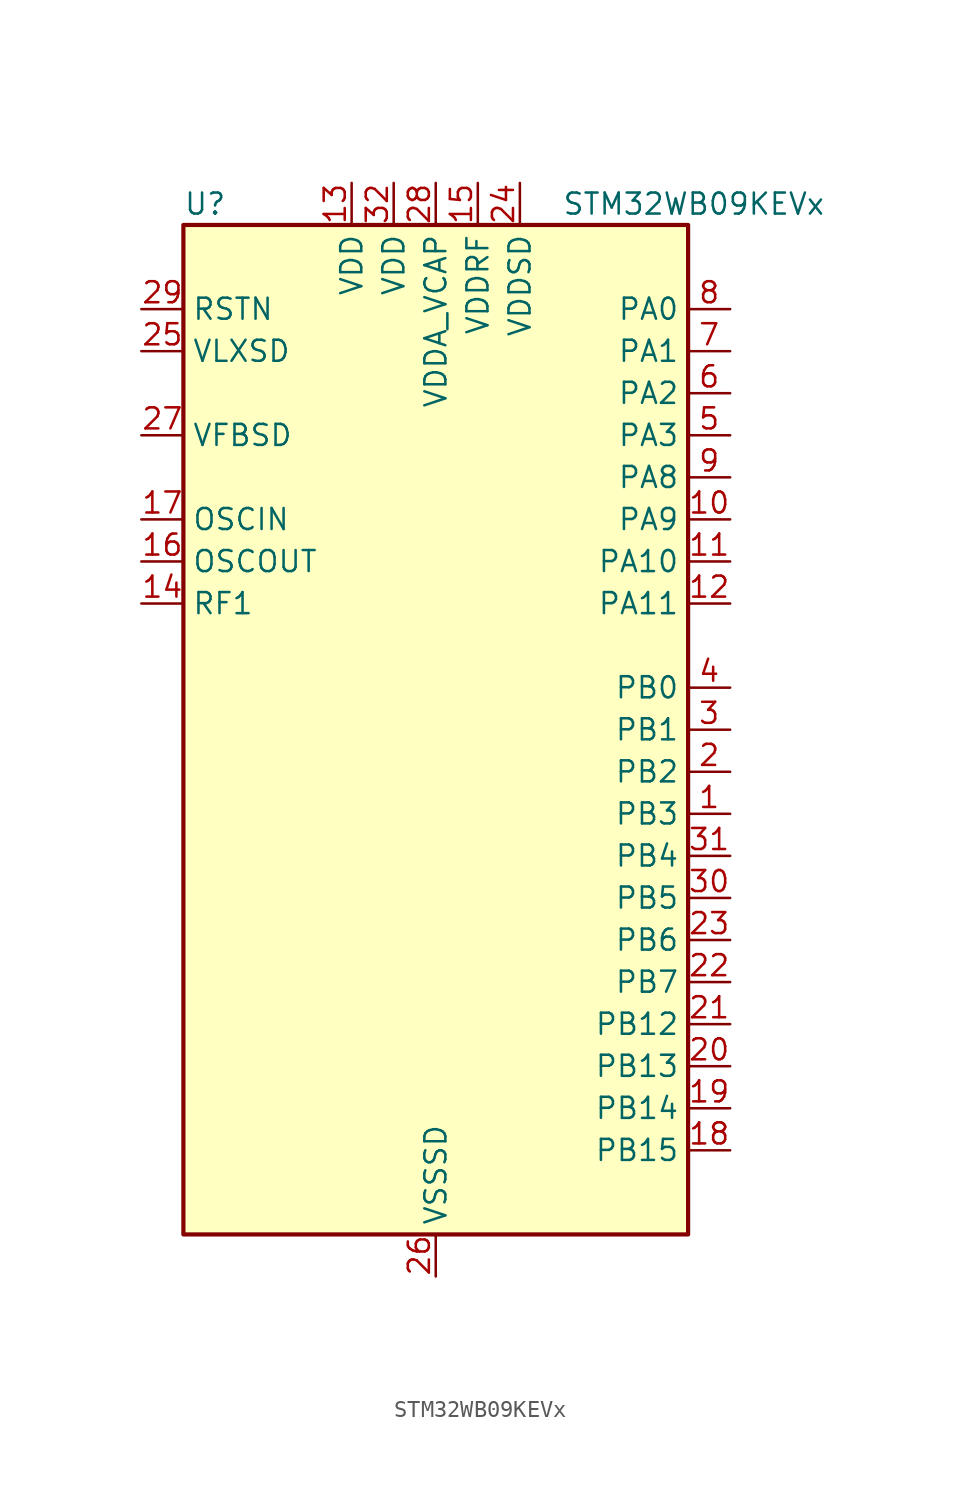
<source format=kicad_sym>
(kicad_symbol_lib
  (version 20241209)
  (generator "kicad_symbol_editor")
  (generator_version "9.0")
  (symbol "STM32WB09KEVx"
    (property "Reference" "U"
      (at -15.24 31.75 0)
      (effects (font (size 1.27 1.27)) (justify left)))
    (property "Value" "STM32WB09KEVx"
      (at 7.62 31.75 0)
      (effects (font (size 1.27 1.27)) (justify left)))
    (symbol "STM32WB09KEVx_0_1"
      (rectangle (start -15.24 -30.48) (end 15.24 30.48) (stroke (width 0.254) (type default)) (fill (type background))))
    (symbol "STM32WB09KEVx_1_1"
      (pin power_in line (at -17.78 25.4 0) (length 2.54) (name "RSTN" (effects (font (size 1.27 1.27)))) (number "29" (effects (font (size 1.27 1.27)))))
      (pin power_in line (at -17.78 22.86 0) (length 2.54) (name "VLXSD" (effects (font (size 1.27 1.27)))) (number "25" (effects (font (size 1.27 1.27)))))
      (pin input line (at -17.78 17.78 0) (length 2.54) (name "VFBSD" (effects (font (size 1.27 1.27)))) (number "27" (effects (font (size 1.27 1.27)))))
      (pin bidirectional line (at -17.78 12.7 0) (length 2.54) (name "OSCIN" (effects (font (size 1.27 1.27)))) (number "17" (effects (font (size 1.27 1.27)))) (alternate "RCC_OSC_IN" bidirectional line))
      (pin bidirectional line (at -17.78 10.16 0) (length 2.54) (name "OSCOUT" (effects (font (size 1.27 1.27)))) (number "16" (effects (font (size 1.27 1.27)))) (alternate "RCC_OSC_OUT" bidirectional line))
      (pin bidirectional line (at -17.78 7.62 0) (length 2.54) (name "RF1" (effects (font (size 1.27 1.27)))) (number "14" (effects (font (size 1.27 1.27)))) (alternate "RADIO_RF1" bidirectional line))
      (pin power_in line (at -5.08 33.02 270) (length 2.54) (name "VDD" (effects (font (size 1.27 1.27)))) (number "13" (effects (font (size 1.27 1.27)))))
      (pin power_in line (at -2.54 33.02 270) (length 2.54) (name "VDD" (effects (font (size 1.27 1.27)))) (number "32" (effects (font (size 1.27 1.27)))))
      (pin power_in line (at 0 33.02 270) (length 2.54) (name "VDDA_VCAP" (effects (font (size 1.27 1.27)))) (number "28" (effects (font (size 1.27 1.27)))))
      (pin power_in line (at 0 -33.02 90) (length 2.54) (name "VSSSD" (effects (font (size 1.27 1.27)))) (number "26" (effects (font (size 1.27 1.27)))))
      (pin power_in line (at 2.54 33.02 270) (length 2.54) (name "VDDRF" (effects (font (size 1.27 1.27)))) (number "15" (effects (font (size 1.27 1.27)))))
      (pin power_in line (at 5.08 33.02 270) (length 2.54) (name "VDDSD" (effects (font (size 1.27 1.27)))) (number "24" (effects (font (size 1.27 1.27)))))
      (pin bidirectional line (at 17.78 25.4 180) (length 2.54) (name "PA0" (effects (font (size 1.27 1.27)))) (number "8" (effects (font (size 1.27 1.27)))) (alternate "I2C1_SCL" bidirectional line) (alternate "IR_OUT" bidirectional line) (alternate "PWR_WKUP12" bidirectional line) (alternate "TIM2_CH3" bidirectional line) (alternate "USART1_CTS" bidirectional line))
      (pin bidirectional line (at 17.78 22.86 180) (length 2.54) (name "PA1" (effects (font (size 1.27 1.27)))) (number "7" (effects (font (size 1.27 1.27)))) (alternate "I2C1_SDA" bidirectional line) (alternate "IR_OUT" bidirectional line) (alternate "PWR_WKUP13" bidirectional line) (alternate "TIM2_CH4" bidirectional line) (alternate "USART1_TX" bidirectional line))
      (pin bidirectional line (at 17.78 20.32 180) (length 2.54) (name "PA2" (effects (font (size 1.27 1.27)))) (number "6" (effects (font (size 1.27 1.27)))) (alternate "ADC1_VINM2" bidirectional line) (alternate "DEBUG_SWDIO" bidirectional line) (alternate "I2S3_MCK" bidirectional line) (alternate "PWR_WKUP14" bidirectional line) (alternate "TIM16_CH1" bidirectional line) (alternate "TIM2_CH1" bidirectional line) (alternate "USART1_CK" bidirectional line))
      (pin bidirectional line (at 17.78 17.78 180) (length 2.54) (name "PA3" (effects (font (size 1.27 1.27)))) (number "5" (effects (font (size 1.27 1.27)))) (alternate "ADC1_VINP2" bidirectional line) (alternate "DEBUG_SWCLK" bidirectional line) (alternate "I2S3_SCK" bidirectional line) (alternate "PWR_WKUP15" bidirectional line) (alternate "SPI3_SCK" bidirectional line) (alternate "TIM16_CH1N" bidirectional line) (alternate "TIM2_CH2" bidirectional line) (alternate "USART1_DE" bidirectional line) (alternate "USART1_RTS" bidirectional line))
      (pin bidirectional line (at 17.78 15.24 180) (length 2.54) (name "PA8" (effects (font (size 1.27 1.27)))) (number "9" (effects (font (size 1.27 1.27)))) (alternate "PWR_WKUP8" bidirectional line) (alternate "RADIO_RX_SEQUENCE" bidirectional line) (alternate "RTC_OUT" bidirectional line) (alternate "SPI3_MISO" bidirectional line) (alternate "TIM16_BK" bidirectional line) (alternate "TIM2_CH3" bidirectional line) (alternate "USART1_RX" bidirectional line))
      (pin bidirectional line (at 17.78 12.7 180) (length 2.54) (name "PA9" (effects (font (size 1.27 1.27)))) (number "10" (effects (font (size 1.27 1.27)))) (alternate "I2S3_WS" bidirectional line) (alternate "PWR_WKUP9" bidirectional line) (alternate "RTC_OUT" bidirectional line) (alternate "SPI3_NSS" bidirectional line) (alternate "TIM17_CH1" bidirectional line) (alternate "TIM2_CH4" bidirectional line) (alternate "USART1_TX" bidirectional line))
      (pin bidirectional line (at 17.78 10.16 180) (length 2.54) (name "PA10" (effects (font (size 1.27 1.27)))) (number "11" (effects (font (size 1.27 1.27)))) (alternate "I2S3_MCK" bidirectional line) (alternate "LPUART1_CTS" bidirectional line) (alternate "PWR_WKUP10" bidirectional line) (alternate "RADIO_TX_SEQUENCE" bidirectional line) (alternate "RCC_LCO" bidirectional line) (alternate "TIM17_CH1N" bidirectional line))
      (pin bidirectional line (at 17.78 7.62 180) (length 2.54) (name "PA11" (effects (font (size 1.27 1.27)))) (number "12" (effects (font (size 1.27 1.27)))) (alternate "I2S3_SD" bidirectional line) (alternate "PWR_WKUP11" bidirectional line) (alternate "RADIO_RX_SEQUENCE" bidirectional line) (alternate "RCC_MCO" bidirectional line) (alternate "SPI3_MOSI" bidirectional line) (alternate "TIM17_BK" bidirectional line))
      (pin bidirectional line (at 17.78 2.54 180) (length 2.54) (name "PB0" (effects (font (size 1.27 1.27)))) (number "4" (effects (font (size 1.27 1.27)))) (alternate "ADC1_VINM1" bidirectional line) (alternate "LPUART1_DE" bidirectional line) (alternate "LPUART1_RTS" bidirectional line) (alternate "PWR_WKUP0" bidirectional line) (alternate "RADIO_ANTENNA_ID_0" bidirectional line) (alternate "TIM16_CH1" bidirectional line) (alternate "USART1_RX" bidirectional line))
      (pin bidirectional line (at 17.78 0 180) (length 2.54) (name "PB1" (effects (font (size 1.27 1.27)))) (number "3" (effects (font (size 1.27 1.27)))) (alternate "ADC1_VINP1" bidirectional line) (alternate "PWR_WKUP1" bidirectional line) (alternate "RADIO_ANTENNA_ID_1" bidirectional line) (alternate "TIM16_CH1N" bidirectional line) (alternate "TIM2_ETR" bidirectional line) (alternate "USART1_CK" bidirectional line))
      (pin bidirectional line (at 17.78 -2.54 180) (length 2.54) (name "PB2" (effects (font (size 1.27 1.27)))) (number "2" (effects (font (size 1.27 1.27)))) (alternate "ADC1_VINM0" bidirectional line) (alternate "PWR_WKUP2" bidirectional line) (alternate "RADIO_ANTENNA_ID_2" bidirectional line) (alternate "TIM16_BK" bidirectional line) (alternate "TIM2_CH3" bidirectional line) (alternate "USART1_DE" bidirectional line) (alternate "USART1_RTS" bidirectional line))
      (pin bidirectional line (at 17.78 -5.08 180) (length 2.54) (name "PB3" (effects (font (size 1.27 1.27)))) (number "1" (effects (font (size 1.27 1.27)))) (alternate "ADC1_VINP0" bidirectional line) (alternate "I2S3_SCK" bidirectional line) (alternate "LPUART1_TX" bidirectional line) (alternate "PWR_WKUP3" bidirectional line) (alternate "RADIO_ANTENNA_ID_3" bidirectional line) (alternate "SPI3_SCK" bidirectional line) (alternate "TIM17_CH1" bidirectional line) (alternate "TIM2_CH4" bidirectional line) (alternate "USART1_CTS" bidirectional line))
      (pin bidirectional line (at 17.78 -7.62 180) (length 2.54) (name "PB4" (effects (font (size 1.27 1.27)))) (number "31" (effects (font (size 1.27 1.27)))) (alternate "ADC1_VINM3" bidirectional line) (alternate "LPUART1_TX" bidirectional line) (alternate "PWR_WKUP4" bidirectional line) (alternate "RADIO_ANTENNA_ID_4" bidirectional line) (alternate "TIM17_CH1N" bidirectional line) (alternate "TIM2_CH1" bidirectional line))
      (pin bidirectional line (at 17.78 -10.16 180) (length 2.54) (name "PB5" (effects (font (size 1.27 1.27)))) (number "30" (effects (font (size 1.27 1.27)))) (alternate "ADC1_VINP3" bidirectional line) (alternate "LPUART1_RX" bidirectional line) (alternate "PWR_WKUP5" bidirectional line) (alternate "RADIO_ANTENNA_ID_5" bidirectional line) (alternate "TIM17_BK" bidirectional line) (alternate "TIM2_CH2" bidirectional line))
      (pin bidirectional line (at 17.78 -12.7 180) (length 2.54) (name "PB6" (effects (font (size 1.27 1.27)))) (number "23" (effects (font (size 1.27 1.27)))) (alternate "I2C1_SCL" bidirectional line) (alternate "LPUART1_TX" bidirectional line) (alternate "PWR_WKUP6" bidirectional line) (alternate "RADIO_ANTENNA_ID_6" bidirectional line) (alternate "TIM17_CH1" bidirectional line) (alternate "TIM2_CH1" bidirectional line))
      (pin bidirectional line (at 17.78 -15.24 180) (length 2.54) (name "PB7" (effects (font (size 1.27 1.27)))) (number "22" (effects (font (size 1.27 1.27)))) (alternate "I2C1_SDA" bidirectional line) (alternate "LPUART1_RX" bidirectional line) (alternate "PWR_WKUP7" bidirectional line) (alternate "RADIO_ACTIVITY" bidirectional line) (alternate "TIM2_CH2" bidirectional line) (alternate "USART1_CTS" bidirectional line))
      (pin bidirectional line (at 17.78 -17.78 180) (length 2.54) (name "PB12" (effects (font (size 1.27 1.27)))) (number "21" (effects (font (size 1.27 1.27)))) (alternate "LPUART1_CTS" bidirectional line) (alternate "PWR_WKUP16" bidirectional line) (alternate "RCC_LCO" bidirectional line) (alternate "RCC_OSC32_OUT" bidirectional line) (alternate "TIM2_CH3" bidirectional line))
      (pin bidirectional line (at 17.78 -20.32 180) (length 2.54) (name "PB13" (effects (font (size 1.27 1.27)))) (number "20" (effects (font (size 1.27 1.27)))) (alternate "PWR_WKUP17" bidirectional line) (alternate "RCC_OSC32_IN" bidirectional line) (alternate "TIM2_CH4" bidirectional line))
      (pin bidirectional line (at 17.78 -22.86 180) (length 2.54) (name "PB14" (effects (font (size 1.27 1.27)))) (number "19" (effects (font (size 1.27 1.27)))) (alternate "I2C1_SDA" bidirectional line) (alternate "PWR_PVD_IN" bidirectional line) (alternate "PWR_WKUP18" bidirectional line) (alternate "RADIO_TX_SEQUENCE" bidirectional line) (alternate "RCC_MCO" bidirectional line) (alternate "TIM2_ETR" bidirectional line) (alternate "USART1_RX" bidirectional line))
      (pin bidirectional line (at 17.78 -25.4 180) (length 2.54) (name "PB15" (effects (font (size 1.27 1.27)))) (number "18" (effects (font (size 1.27 1.27)))) (alternate "PWR_WKUP19" bidirectional line) (alternate "USART1_TX" bidirectional line)))))
</source>
